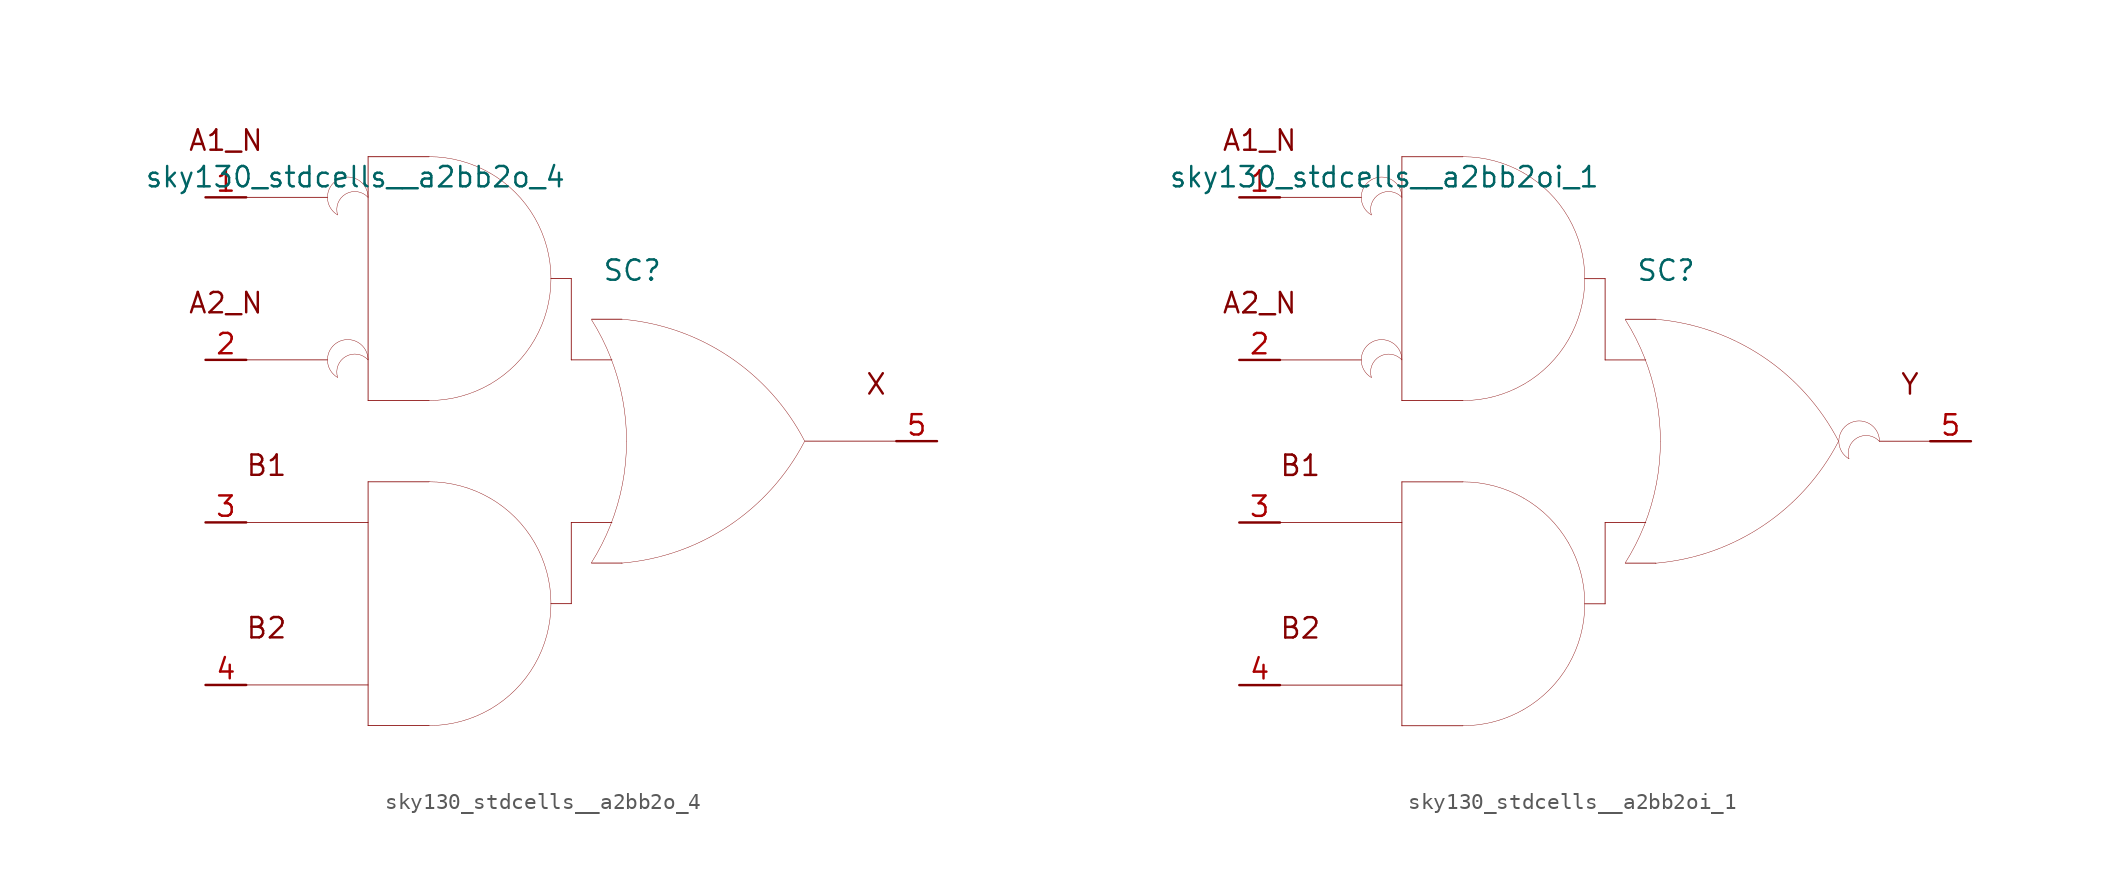
<source format=kicad_sym>
(kicad_symbol_lib
  (version 20211014)
  (generator kicad_symbol_editor)
  (symbol "sky130_stdcells__a2bb2o_4"
    (pin_names hide)
    (property "Reference" "SC"
      (at 3.81 10.668 0)
      (effects (font (size 1.27 1.27))))
    (property "Value" "sky130_stdcells__a2bb2o_4"
      (at -0.305 16.51 0)
      (effects (font (size 1.27 1.27)) (justify right)))
    (symbol "sky130_stdcells__a2bb2o_4_0_0"
      (arc (start -14.605 6.1799) (mid -15.24 5.08) (end -14.605 3.9801) (stroke (width 0.0254) (type default) (color 0 0 0 0)) (fill (type none)))
      (arc (start -14.605 16.3399) (mid -15.24 15.24) (end -14.605 14.1401) (stroke (width 0.0254) (type default) (color 0 0 0 0)) (fill (type none)))
      (arc (start -12.7 5.08) (mid -14.5569 5.5543) (end -14.605 3.9801) (stroke (width 0.0254) (type default) (color 0 0 0 0)) (fill (type none)))
      (arc (start -12.7 5.08) (mid -13.335 6.1798) (end -14.605 6.1799) (stroke (width 0.0254) (type default) (color 0 0 0 0)) (fill (type none)))
      (arc (start -12.7 15.24) (mid -14.5569 15.7143) (end -14.605 14.1401) (stroke (width 0.0254) (type default) (color 0 0 0 0)) (fill (type none)))
      (arc (start -12.7 15.24) (mid -13.335 16.3398) (end -14.605 16.3399) (stroke (width 0.0254) (type default) (color 0 0 0 0)) (fill (type none)))
      (arc (start -8.89 -17.78) (mid -6.9178 -17.5204) (end -5.08 -16.7591) (stroke (width 0.0254) (type default) (color 0 0 0 0)) (fill (type none)))
      (arc (start -8.89 2.54) (mid -6.9178 2.7996) (end -5.08 3.5609) (stroke (width 0.0254) (type default) (color 0 0 0 0)) (fill (type none)))
      (arc (start -5.08 -16.7591) (mid -3.5019 -15.5481) (end -2.2909 -13.97) (stroke (width 0.0254) (type default) (color 0 0 0 0)) (fill (type none)))
      (arc (start -5.08 -3.5609) (mid -6.9178 -2.7997) (end -8.89 -2.54) (stroke (width 0.0254) (type default) (color 0 0 0 0)) (fill (type none)))
      (arc (start -5.08 3.5609) (mid -3.5019 4.7719) (end -2.2909 6.35) (stroke (width 0.0254) (type default) (color 0 0 0 0)) (fill (type none)))
      (arc (start -5.08 16.7591) (mid -6.9178 17.5203) (end -8.89 17.78) (stroke (width 0.0254) (type default) (color 0 0 0 0)) (fill (type none)))
      (arc (start -2.2909 -13.97) (mid -1.5297 -12.1322) (end -1.27 -10.16) (stroke (width 0.0254) (type default) (color 0 0 0 0)) (fill (type none)))
      (arc (start -2.2909 -6.35) (mid -3.5019 -4.7719) (end -5.08 -3.5609) (stroke (width 0.0254) (type default) (color 0 0 0 0)) (fill (type none)))
      (arc (start -2.2909 6.35) (mid -1.5297 8.1878) (end -1.27 10.16) (stroke (width 0.0254) (type default) (color 0 0 0 0)) (fill (type none)))
      (arc (start -2.2909 13.97) (mid -3.5019 15.5481) (end -5.08 16.7591) (stroke (width 0.0254) (type default) (color 0 0 0 0)) (fill (type none)))
      (arc (start -1.27 -10.16) (mid -1.5296 -8.1878) (end -2.2909 -6.35) (stroke (width 0.0254) (type default) (color 0 0 0 0)) (fill (type none)))
      (arc (start -1.27 10.16) (mid -1.5296 12.1322) (end -2.2909 13.97) (stroke (width 0.0254) (type default) (color 0 0 0 0)) (fill (type none)))
      (polyline (pts (xy -20.32 -15.24) (xy -12.7 -15.24)) (stroke (width 0.051) (type default) (color 0 0 0 0)) (fill (type none)))
      (polyline (pts (xy -20.32 -5.08) (xy -12.7 -5.08)) (stroke (width 0.051) (type default) (color 0 0 0 0)) (fill (type none)))
      (polyline (pts (xy -20.32 5.08) (xy -15.24 5.08)) (stroke (width 0.051) (type default) (color 0 0 0 0)) (fill (type none)))
      (polyline (pts (xy -20.32 15.24) (xy -15.24 15.24)) (stroke (width 0.051) (type default) (color 0 0 0 0)) (fill (type none)))
      (polyline (pts (xy -12.7 -17.78) (xy -8.89 -17.78)) (stroke (width 0.051) (type default) (color 0 0 0 0)) (fill (type none)))
      (polyline (pts (xy -12.7 -2.54) (xy -12.7 -17.78)) (stroke (width 0.051) (type default) (color 0 0 0 0)) (fill (type none)))
      (polyline (pts (xy -12.7 -2.54) (xy -8.89 -2.54)) (stroke (width 0.051) (type default) (color 0 0 0 0)) (fill (type none)))
      (polyline (pts (xy -12.7 2.54) (xy -8.89 2.54)) (stroke (width 0.051) (type default) (color 0 0 0 0)) (fill (type none)))
      (polyline (pts (xy -12.7 17.78) (xy -12.7 2.54)) (stroke (width 0.051) (type default) (color 0 0 0 0)) (fill (type none)))
      (polyline (pts (xy -12.7 17.78) (xy -8.89 17.78)) (stroke (width 0.051) (type default) (color 0 0 0 0)) (fill (type none)))
      (polyline (pts (xy -1.27 -10.16) (xy 0 -10.16)) (stroke (width 0.051) (type default) (color 0 0 0 0)) (fill (type none)))
      (polyline (pts (xy -1.27 10.16) (xy 0 10.16)) (stroke (width 0.051) (type default) (color 0 0 0 0)) (fill (type none)))
      (polyline (pts (xy 0 -5.08) (xy 0 -10.16)) (stroke (width 0.051) (type default) (color 0 0 0 0)) (fill (type none)))
      (polyline (pts (xy 0 -5.08) (xy 2.54 -5.08)) (stroke (width 0.051) (type default) (color 0 0 0 0)) (fill (type none)))
      (polyline (pts (xy 0 5.08) (xy 2.54 5.08)) (stroke (width 0.051) (type default) (color 0 0 0 0)) (fill (type none)))
      (polyline (pts (xy 0 10.16) (xy 0 5.08)) (stroke (width 0.051) (type default) (color 0 0 0 0)) (fill (type none)))
      (polyline (pts (xy 1.27 -7.62) (xy 3.175 -7.62)) (stroke (width 0.051) (type default) (color 0 0 0 0)) (fill (type none)))
      (polyline (pts (xy 1.27 7.62) (xy 3.175 7.62)) (stroke (width 0.051) (type default) (color 0 0 0 0)) (fill (type none)))
      (polyline (pts (xy 14.605 0) (xy 20.32 0)) (stroke (width 0.051) (type default) (color 0 0 0 0)) (fill (type none)))
      (arc (start 1.2495 -7.6142) (mid 1.907 -6.458) (end 2.4538 -5.2456) (stroke (width 0.0254) (type default) (color 0 0 0 0)) (fill (type none)))
      (arc (start 2.4538 -5.2456) (mid 2.8887 -3.9755) (end 3.202 -2.6701) (stroke (width 0.0254) (type default) (color 0 0 0 0)) (fill (type none)))
      (arc (start 2.472 5.1993) (mid 1.9238 6.4248) (end 1.2627 7.5932) (stroke (width 0.0254) (type default) (color 0 0 0 0)) (fill (type none)))
      (arc (start 3.1446 -7.6231) (mid 9.8386 -5.2986) (end 14.5755 -0.0284) (stroke (width 0.0254) (type default) (color 0 0 0 0)) (fill (type none)))
      (arc (start 3.202 -2.6701) (mid 3.3912 -1.341) (end 3.4544 0) (stroke (width 0.0254) (type default) (color 0 0 0 0)) (fill (type none)))
      (arc (start 3.2066 2.6456) (mid 2.8989 3.9396) (end 2.472 5.1993) (stroke (width 0.0254) (type default) (color 0 0 0 0)) (fill (type none)))
      (arc (start 3.4544 0) (mid 3.3923 1.3286) (end 3.2066 2.6456) (stroke (width 0.0254) (type default) (color 0 0 0 0)) (fill (type none)))
      (arc (start 14.5983 -0.0156) (mid 9.8798 5.271) (end 3.194 7.6189) (stroke (width 0.0254) (type default) (color 0 0 0 0)) (fill (type none)))
      (text "A1_N" (at -21.59 18.796 0) (effects (font (size 1.27 1.27))))
      (text "A2_N" (at -21.59 8.636 0) (effects (font (size 1.27 1.27))))
      (text "B1" (at -19.05 -1.524 0) (effects (font (size 1.27 1.27))))
      (text "B2" (at -19.05 -11.684 0) (effects (font (size 1.27 1.27))))
      (text "X" (at 19.05 3.556 0) (effects (font (size 1.27 1.27)))))
    (symbol "sky130_stdcells__a2bb2o_4_1_1"
      (pin input line (at -22.86 15.24 0) (length 2.54) (name "A1_N" (effects (font (size 1.092 1.092)))) (number "1" (effects (font (size 1.27 1.27)))))
      (pin input line (at -22.86 5.08 0) (length 2.54) (name "A2_N" (effects (font (size 1.092 1.092)))) (number "2" (effects (font (size 1.27 1.27)))))
      (pin input line (at -22.86 -5.08 0) (length 2.54) (name "B1" (effects (font (size 1.092 1.092)))) (number "3" (effects (font (size 1.27 1.27)))))
      (pin input line (at -22.86 -15.24 0) (length 2.54) (name "B2" (effects (font (size 1.092 1.092)))) (number "4" (effects (font (size 1.27 1.27)))))
      (pin output line (at 22.86 0 180) (length 2.54) (name "X" (effects (font (size 1.092 1.092)))) (number "5" (effects (font (size 1.27 1.27)))))))
  (symbol "sky130_stdcells__a2bb2oi_1"
    (pin_names hide)
    (property "Reference" "SC"
      (at 3.81 10.668 0)
      (effects (font (size 1.27 1.27))))
    (property "Value" "sky130_stdcells__a2bb2oi_1"
      (at -0.305 16.51 0)
      (effects (font (size 1.27 1.27)) (justify right)))
    (symbol "sky130_stdcells__a2bb2oi_1_0_0"
      (arc (start -14.605 6.1799) (mid -15.24 5.08) (end -14.605 3.9801) (stroke (width 0.0254) (type default) (color 0 0 0 0)) (fill (type none)))
      (arc (start -14.605 16.3399) (mid -15.24 15.24) (end -14.605 14.1401) (stroke (width 0.0254) (type default) (color 0 0 0 0)) (fill (type none)))
      (arc (start -12.7 5.08) (mid -14.5569 5.5543) (end -14.605 3.9801) (stroke (width 0.0254) (type default) (color 0 0 0 0)) (fill (type none)))
      (arc (start -12.7 5.08) (mid -13.335 6.1798) (end -14.605 6.1799) (stroke (width 0.0254) (type default) (color 0 0 0 0)) (fill (type none)))
      (arc (start -12.7 15.24) (mid -14.5569 15.7143) (end -14.605 14.1401) (stroke (width 0.0254) (type default) (color 0 0 0 0)) (fill (type none)))
      (arc (start -12.7 15.24) (mid -13.335 16.3398) (end -14.605 16.3399) (stroke (width 0.0254) (type default) (color 0 0 0 0)) (fill (type none)))
      (arc (start -8.89 -17.78) (mid -6.9178 -17.5204) (end -5.08 -16.7591) (stroke (width 0.0254) (type default) (color 0 0 0 0)) (fill (type none)))
      (arc (start -8.89 2.54) (mid -6.9178 2.7996) (end -5.08 3.5609) (stroke (width 0.0254) (type default) (color 0 0 0 0)) (fill (type none)))
      (arc (start -5.08 -16.7591) (mid -3.5019 -15.5481) (end -2.2909 -13.97) (stroke (width 0.0254) (type default) (color 0 0 0 0)) (fill (type none)))
      (arc (start -5.08 -3.5609) (mid -6.9178 -2.7997) (end -8.89 -2.54) (stroke (width 0.0254) (type default) (color 0 0 0 0)) (fill (type none)))
      (arc (start -5.08 3.5609) (mid -3.5019 4.7719) (end -2.2909 6.35) (stroke (width 0.0254) (type default) (color 0 0 0 0)) (fill (type none)))
      (arc (start -5.08 16.7591) (mid -6.9178 17.5203) (end -8.89 17.78) (stroke (width 0.0254) (type default) (color 0 0 0 0)) (fill (type none)))
      (arc (start -2.2909 -13.97) (mid -1.5297 -12.1322) (end -1.27 -10.16) (stroke (width 0.0254) (type default) (color 0 0 0 0)) (fill (type none)))
      (arc (start -2.2909 -6.35) (mid -3.5019 -4.7719) (end -5.08 -3.5609) (stroke (width 0.0254) (type default) (color 0 0 0 0)) (fill (type none)))
      (arc (start -2.2909 6.35) (mid -1.5297 8.1878) (end -1.27 10.16) (stroke (width 0.0254) (type default) (color 0 0 0 0)) (fill (type none)))
      (arc (start -2.2909 13.97) (mid -3.5019 15.5481) (end -5.08 16.7591) (stroke (width 0.0254) (type default) (color 0 0 0 0)) (fill (type none)))
      (arc (start -1.27 -10.16) (mid -1.5296 -8.1878) (end -2.2909 -6.35) (stroke (width 0.0254) (type default) (color 0 0 0 0)) (fill (type none)))
      (arc (start -1.27 10.16) (mid -1.5296 12.1322) (end -2.2909 13.97) (stroke (width 0.0254) (type default) (color 0 0 0 0)) (fill (type none)))
      (polyline (pts (xy -20.32 -15.24) (xy -12.7 -15.24)) (stroke (width 0.051) (type default) (color 0 0 0 0)) (fill (type none)))
      (polyline (pts (xy -20.32 -5.08) (xy -12.7 -5.08)) (stroke (width 0.051) (type default) (color 0 0 0 0)) (fill (type none)))
      (polyline (pts (xy -20.32 5.08) (xy -15.24 5.08)) (stroke (width 0.051) (type default) (color 0 0 0 0)) (fill (type none)))
      (polyline (pts (xy -20.32 15.24) (xy -15.24 15.24)) (stroke (width 0.051) (type default) (color 0 0 0 0)) (fill (type none)))
      (polyline (pts (xy -12.7 -17.78) (xy -8.89 -17.78)) (stroke (width 0.051) (type default) (color 0 0 0 0)) (fill (type none)))
      (polyline (pts (xy -12.7 -2.54) (xy -12.7 -17.78)) (stroke (width 0.051) (type default) (color 0 0 0 0)) (fill (type none)))
      (polyline (pts (xy -12.7 -2.54) (xy -8.89 -2.54)) (stroke (width 0.051) (type default) (color 0 0 0 0)) (fill (type none)))
      (polyline (pts (xy -12.7 2.54) (xy -8.89 2.54)) (stroke (width 0.051) (type default) (color 0 0 0 0)) (fill (type none)))
      (polyline (pts (xy -12.7 17.78) (xy -12.7 2.54)) (stroke (width 0.051) (type default) (color 0 0 0 0)) (fill (type none)))
      (polyline (pts (xy -12.7 17.78) (xy -8.89 17.78)) (stroke (width 0.051) (type default) (color 0 0 0 0)) (fill (type none)))
      (polyline (pts (xy -1.27 -10.16) (xy 0 -10.16)) (stroke (width 0.051) (type default) (color 0 0 0 0)) (fill (type none)))
      (polyline (pts (xy -1.27 10.16) (xy 0 10.16)) (stroke (width 0.051) (type default) (color 0 0 0 0)) (fill (type none)))
      (polyline (pts (xy 0 -5.08) (xy 0 -10.16)) (stroke (width 0.051) (type default) (color 0 0 0 0)) (fill (type none)))
      (polyline (pts (xy 0 -5.08) (xy 2.54 -5.08)) (stroke (width 0.051) (type default) (color 0 0 0 0)) (fill (type none)))
      (polyline (pts (xy 0 5.08) (xy 2.54 5.08)) (stroke (width 0.051) (type default) (color 0 0 0 0)) (fill (type none)))
      (polyline (pts (xy 0 10.16) (xy 0 5.08)) (stroke (width 0.051) (type default) (color 0 0 0 0)) (fill (type none)))
      (polyline (pts (xy 1.27 -7.62) (xy 3.175 -7.62)) (stroke (width 0.051) (type default) (color 0 0 0 0)) (fill (type none)))
      (polyline (pts (xy 1.27 7.62) (xy 3.175 7.62)) (stroke (width 0.051) (type default) (color 0 0 0 0)) (fill (type none)))
      (polyline (pts (xy 17.145 0) (xy 20.32 0)) (stroke (width 0.051) (type default) (color 0 0 0 0)) (fill (type none)))
      (arc (start 1.2495 -7.6142) (mid 1.907 -6.458) (end 2.4538 -5.2456) (stroke (width 0.0254) (type default) (color 0 0 0 0)) (fill (type none)))
      (arc (start 2.4538 -5.2456) (mid 2.8887 -3.9755) (end 3.202 -2.6701) (stroke (width 0.0254) (type default) (color 0 0 0 0)) (fill (type none)))
      (arc (start 2.472 5.1993) (mid 1.9238 6.4248) (end 1.2627 7.5932) (stroke (width 0.0254) (type default) (color 0 0 0 0)) (fill (type none)))
      (arc (start 3.1446 -7.6231) (mid 9.8386 -5.2986) (end 14.5755 -0.0284) (stroke (width 0.0254) (type default) (color 0 0 0 0)) (fill (type none)))
      (arc (start 3.202 -2.6701) (mid 3.3912 -1.341) (end 3.4544 0) (stroke (width 0.0254) (type default) (color 0 0 0 0)) (fill (type none)))
      (arc (start 3.2066 2.6456) (mid 2.8989 3.9396) (end 2.472 5.1993) (stroke (width 0.0254) (type default) (color 0 0 0 0)) (fill (type none)))
      (arc (start 3.4544 0) (mid 3.3923 1.3286) (end 3.2066 2.6456) (stroke (width 0.0254) (type default) (color 0 0 0 0)) (fill (type none)))
      (arc (start 14.5983 -0.0156) (mid 9.8798 5.271) (end 3.194 7.6189) (stroke (width 0.0254) (type default) (color 0 0 0 0)) (fill (type none)))
      (arc (start 15.24 1.0999) (mid 14.605 0) (end 15.24 -1.0999) (stroke (width 0.0254) (type default) (color 0 0 0 0)) (fill (type none)))
      (arc (start 17.145 0) (mid 15.2881 0.4743) (end 15.24 -1.0999) (stroke (width 0.0254) (type default) (color 0 0 0 0)) (fill (type none)))
      (arc (start 17.145 0) (mid 16.51 1.0998) (end 15.24 1.0999) (stroke (width 0.0254) (type default) (color 0 0 0 0)) (fill (type none)))
      (text "A1_N" (at -21.59 18.796 0) (effects (font (size 1.27 1.27))))
      (text "A2_N" (at -21.59 8.636 0) (effects (font (size 1.27 1.27))))
      (text "B1" (at -19.05 -1.524 0) (effects (font (size 1.27 1.27))))
      (text "B2" (at -19.05 -11.684 0) (effects (font (size 1.27 1.27))))
      (text "Y" (at 19.05 3.556 0) (effects (font (size 1.27 1.27)))))
    (symbol "sky130_stdcells__a2bb2oi_1_1_1"
      (pin input line (at -22.86 15.24 0) (length 2.54) (name "A1_N" (effects (font (size 1.092 1.092)))) (number "1" (effects (font (size 1.27 1.27)))))
      (pin input line (at -22.86 5.08 0) (length 2.54) (name "A2_N" (effects (font (size 1.092 1.092)))) (number "2" (effects (font (size 1.27 1.27)))))
      (pin input line (at -22.86 -5.08 0) (length 2.54) (name "B1" (effects (font (size 1.092 1.092)))) (number "3" (effects (font (size 1.27 1.27)))))
      (pin input line (at -22.86 -15.24 0) (length 2.54) (name "B2" (effects (font (size 1.092 1.092)))) (number "4" (effects (font (size 1.27 1.27)))))
      (pin output line (at 22.86 0 180) (length 2.54) (name "Y" (effects (font (size 1.092 1.092)))) (number "5" (effects (font (size 1.27 1.27))))))))
</source>
